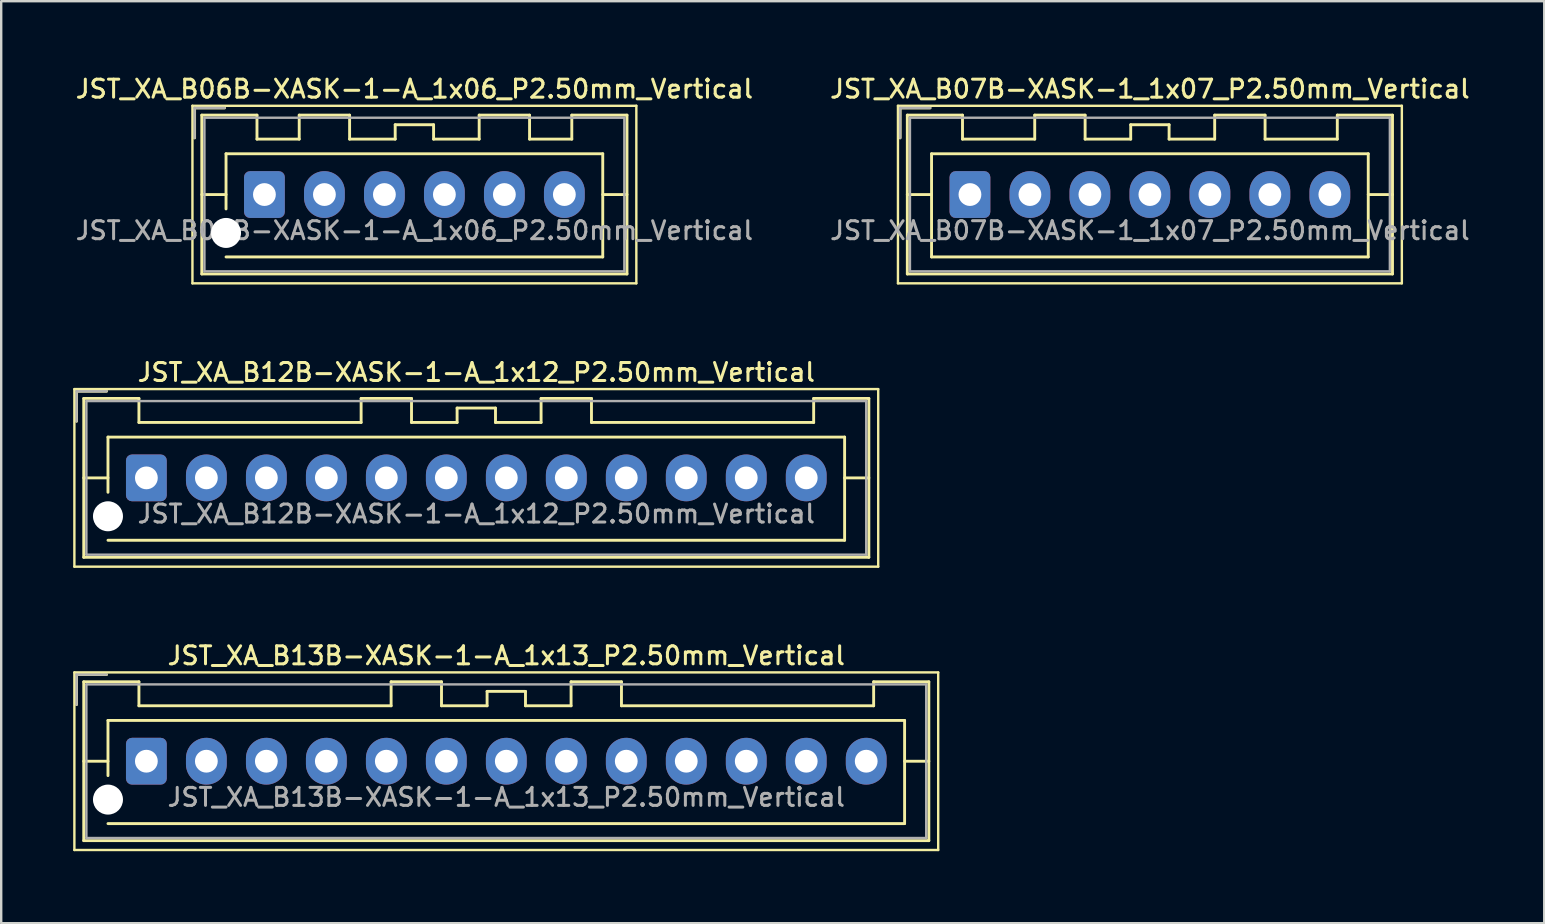
<source format=kicad_pcb>
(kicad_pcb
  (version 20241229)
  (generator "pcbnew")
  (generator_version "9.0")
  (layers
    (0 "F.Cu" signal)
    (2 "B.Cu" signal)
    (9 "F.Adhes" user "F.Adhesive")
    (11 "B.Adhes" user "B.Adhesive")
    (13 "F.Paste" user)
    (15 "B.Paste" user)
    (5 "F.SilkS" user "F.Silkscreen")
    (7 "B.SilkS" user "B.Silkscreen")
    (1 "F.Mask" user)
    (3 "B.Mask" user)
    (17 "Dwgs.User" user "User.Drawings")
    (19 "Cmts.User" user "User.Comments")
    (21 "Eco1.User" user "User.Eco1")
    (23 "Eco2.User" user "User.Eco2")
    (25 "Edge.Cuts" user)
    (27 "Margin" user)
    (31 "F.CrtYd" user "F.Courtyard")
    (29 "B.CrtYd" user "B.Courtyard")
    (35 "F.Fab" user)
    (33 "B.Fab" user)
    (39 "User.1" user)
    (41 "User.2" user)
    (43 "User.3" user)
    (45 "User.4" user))
  (footprint "JST_XA_B13B-XASK-1-A_1x13_P2.50mm_Vertical"
    (layer "F.Cu")
    (at 3.05 28.674)
    (property "Reference" "JST_XA_B13B-XASK-1-A_1x13_P2.50mm_Vertical" (at 15 -4.4 0) (layer "F.SilkS") (effects (font (size 0.75 0.75) (thickness 0.125))))
    (attr through_hole)
    (fp_line (start -3 -3.7) (end -3 3.7) (stroke (width 0.1) (type solid)) (layer "F.SilkS"))
    (fp_line (start -3 3.7) (end 33 3.7) (stroke (width 0.1) (type solid)) (layer "F.SilkS"))
    (fp_line (start -2.91 -3.61) (end -2.91 -2.36) (stroke (width 0.12) (type solid)) (layer "F.SilkS"))
    (fp_line (start -2.61 -3.31) (end -2.61 3.31) (stroke (width 0.12) (type solid)) (layer "F.SilkS"))
    (fp_line (start -2.61 0) (end -1.6 0) (stroke (width 0.12) (type solid)) (layer "F.SilkS"))
    (fp_line (start -2.61 3.31) (end 32.61 3.31) (stroke (width 0.12) (type solid)) (layer "F.SilkS"))
    (fp_line (start -1.66 -3.61) (end -2.91 -3.61) (stroke (width 0.12) (type solid)) (layer "F.SilkS"))
    (fp_line (start -1.6 -1.7) (end 31.6 -1.7) (stroke (width 0.12) (type solid)) (layer "F.SilkS"))
    (fp_line (start -1.6 0.6) (end -1.6 -1.7) (stroke (width 0.12) (type solid)) (layer "F.SilkS"))
    (fp_line (start -0.31 -3.31) (end -2.61 -3.31) (stroke (width 0.12) (type solid)) (layer "F.SilkS"))
    (fp_line (start -0.31 -2.31) (end -0.31 -3.31) (stroke (width 0.12) (type solid)) (layer "F.SilkS"))
    (fp_line (start 10.2 -3.31) (end 10.2 -2.31) (stroke (width 0.12) (type solid)) (layer "F.SilkS"))
    (fp_line (start 10.2 -2.31) (end -0.31 -2.31) (stroke (width 0.12) (type solid)) (layer "F.SilkS"))
    (fp_line (start 12.3 -3.31) (end 10.2 -3.31) (stroke (width 0.12) (type solid)) (layer "F.SilkS"))
    (fp_line (start 12.3 -2.31) (end 12.3 -3.31) (stroke (width 0.12) (type solid)) (layer "F.SilkS"))
    (fp_line (start 14.2 -2.91) (end 14.2 -2.31) (stroke (width 0.12) (type solid)) (layer "F.SilkS"))
    (fp_line (start 14.2 -2.31) (end 12.3 -2.31) (stroke (width 0.12) (type solid)) (layer "F.SilkS"))
    (fp_line (start 15.8 -2.91) (end 14.2 -2.91) (stroke (width 0.12) (type solid)) (layer "F.SilkS"))
    (fp_line (start 15.8 -2.31) (end 15.8 -2.91) (stroke (width 0.12) (type solid)) (layer "F.SilkS"))
    (fp_line (start 17.7 -3.31) (end 17.7 -2.31) (stroke (width 0.12) (type solid)) (layer "F.SilkS"))
    (fp_line (start 17.7 -2.31) (end 15.8 -2.31) (stroke (width 0.12) (type solid)) (layer "F.SilkS"))
    (fp_line (start 19.8 -3.31) (end 17.7 -3.31) (stroke (width 0.12) (type solid)) (layer "F.SilkS"))
    (fp_line (start 19.8 -2.31) (end 19.8 -3.31) (stroke (width 0.12) (type solid)) (layer "F.SilkS"))
    (fp_line (start 30.31 -3.31) (end 30.31 -2.31) (stroke (width 0.12) (type solid)) (layer "F.SilkS"))
    (fp_line (start 30.31 -2.31) (end 19.8 -2.31) (stroke (width 0.12) (type solid)) (layer "F.SilkS"))
    (fp_line (start 31.6 -1.7) (end 31.6 2.6) (stroke (width 0.12) (type solid)) (layer "F.SilkS"))
    (fp_line (start 31.6 2.6) (end -1.6 2.6) (stroke (width 0.12) (type solid)) (layer "F.SilkS"))
    (fp_line (start 32.61 -3.31) (end 30.31 -3.31) (stroke (width 0.12) (type solid)) (layer "F.SilkS"))
    (fp_line (start 32.61 0) (end 31.6 0) (stroke (width 0.12) (type solid)) (layer "F.SilkS"))
    (fp_line (start 32.61 3.31) (end 32.61 -3.31) (stroke (width 0.12) (type solid)) (layer "F.SilkS"))
    (fp_line (start 33 -3.7) (end -3 -3.7) (stroke (width 0.1) (type solid)) (layer "F.SilkS"))
    (fp_line (start 33 3.7) (end 33 -3.7) (stroke (width 0.1) (type solid)) (layer "F.SilkS"))
    (fp_line (start -2.91 -3.61) (end -2.91 -2.36) (stroke (width 0.1) (type solid)) (layer "F.Fab"))
    (fp_line (start -2.5 -3.2) (end -2.5 3.2) (stroke (width 0.1) (type solid)) (layer "F.Fab"))
    (fp_line (start -2.5 3.2) (end 32.5 3.2) (stroke (width 0.1) (type solid)) (layer "F.Fab"))
    (fp_line (start -1.66 -3.61) (end -2.91 -3.61) (stroke (width 0.1) (type solid)) (layer "F.Fab"))
    (fp_line (start 32.5 -3.2) (end -2.5 -3.2) (stroke (width 0.1) (type solid)) (layer "F.Fab"))
    (fp_line (start 32.5 3.2) (end 32.5 -3.2) (stroke (width 0.1) (type solid)) (layer "F.Fab"))
    (fp_text user "${REFERENCE}" (at 15 1.5 0) (layer "F.Fab") (effects (font (size 0.75 0.75) (thickness 0.125))))
    (pad "" np_thru_hole circle (at -1.6 1.6) (size 1.25 1.25) (drill 1.25) (layers "*.Cu" "*.Mask"))
    (pad "1" thru_hole roundrect (at 0 0) (size 1.7 1.95) (drill 0.95) (layers "*.Cu" "*.Mask") (roundrect_rratio 0.147))
    (pad "2" thru_hole oval (at 2.5 0) (size 1.7 1.95) (drill 0.95) (layers "*.Cu" "*.Mask"))
    (pad "3" thru_hole oval (at 5 0) (size 1.7 1.95) (drill 0.95) (layers "*.Cu" "*.Mask"))
    (pad "4" thru_hole oval (at 7.5 0) (size 1.7 1.95) (drill 0.95) (layers "*.Cu" "*.Mask"))
    (pad "5" thru_hole oval (at 10 0) (size 1.7 1.95) (drill 0.95) (layers "*.Cu" "*.Mask"))
    (pad "6" thru_hole oval (at 12.5 0) (size 1.7 1.95) (drill 0.95) (layers "*.Cu" "*.Mask"))
    (pad "7" thru_hole oval (at 15 0) (size 1.7 1.95) (drill 0.95) (layers "*.Cu" "*.Mask"))
    (pad "8" thru_hole oval (at 17.5 0) (size 1.7 1.95) (drill 0.95) (layers "*.Cu" "*.Mask"))
    (pad "9" thru_hole oval (at 20 0) (size 1.7 1.95) (drill 0.95) (layers "*.Cu" "*.Mask"))
    (pad "10" thru_hole oval (at 22.5 0) (size 1.7 1.95) (drill 0.95) (layers "*.Cu" "*.Mask"))
    (pad "11" thru_hole oval (at 25 0) (size 1.7 1.95) (drill 0.95) (layers "*.Cu" "*.Mask"))
    (pad "12" thru_hole oval (at 27.5 0) (size 1.7 1.95) (drill 0.95) (layers "*.Cu" "*.Mask"))
    (pad "13" thru_hole oval (at 30 0) (size 1.7 1.95) (drill 0.95) (layers "*.Cu" "*.Mask")))
  (footprint "JST_XA_B12B-XASK-1-A_1x12_P2.50mm_Vertical"
    (layer "F.Cu")
    (at 3.05 16.866)
    (property "Reference" "JST_XA_B12B-XASK-1-A_1x12_P2.50mm_Vertical" (at 13.75 -4.4 0) (layer "F.SilkS") (effects (font (size 0.75 0.75) (thickness 0.125))))
    (attr through_hole)
    (fp_line (start -3 -3.7) (end -3 3.7) (stroke (width 0.1) (type solid)) (layer "F.SilkS"))
    (fp_line (start -3 3.7) (end 30.5 3.7) (stroke (width 0.1) (type solid)) (layer "F.SilkS"))
    (fp_line (start -2.91 -3.61) (end -2.91 -2.36) (stroke (width 0.12) (type solid)) (layer "F.SilkS"))
    (fp_line (start -2.61 -3.31) (end -2.61 3.31) (stroke (width 0.12) (type solid)) (layer "F.SilkS"))
    (fp_line (start -2.61 0) (end -1.6 0) (stroke (width 0.12) (type solid)) (layer "F.SilkS"))
    (fp_line (start -2.61 3.31) (end 30.11 3.31) (stroke (width 0.12) (type solid)) (layer "F.SilkS"))
    (fp_line (start -1.66 -3.61) (end -2.91 -3.61) (stroke (width 0.12) (type solid)) (layer "F.SilkS"))
    (fp_line (start -1.6 -1.7) (end 29.1 -1.7) (stroke (width 0.12) (type solid)) (layer "F.SilkS"))
    (fp_line (start -1.6 0.6) (end -1.6 -1.7) (stroke (width 0.12) (type solid)) (layer "F.SilkS"))
    (fp_line (start -0.31 -3.31) (end -2.61 -3.31) (stroke (width 0.12) (type solid)) (layer "F.SilkS"))
    (fp_line (start -0.31 -2.31) (end -0.31 -3.31) (stroke (width 0.12) (type solid)) (layer "F.SilkS"))
    (fp_line (start 8.95 -3.31) (end 8.95 -2.31) (stroke (width 0.12) (type solid)) (layer "F.SilkS"))
    (fp_line (start 8.95 -2.31) (end -0.31 -2.31) (stroke (width 0.12) (type solid)) (layer "F.SilkS"))
    (fp_line (start 11.05 -3.31) (end 8.95 -3.31) (stroke (width 0.12) (type solid)) (layer "F.SilkS"))
    (fp_line (start 11.05 -2.31) (end 11.05 -3.31) (stroke (width 0.12) (type solid)) (layer "F.SilkS"))
    (fp_line (start 12.95 -2.91) (end 12.95 -2.31) (stroke (width 0.12) (type solid)) (layer "F.SilkS"))
    (fp_line (start 12.95 -2.31) (end 11.05 -2.31) (stroke (width 0.12) (type solid)) (layer "F.SilkS"))
    (fp_line (start 14.55 -2.91) (end 12.95 -2.91) (stroke (width 0.12) (type solid)) (layer "F.SilkS"))
    (fp_line (start 14.55 -2.31) (end 14.55 -2.91) (stroke (width 0.12) (type solid)) (layer "F.SilkS"))
    (fp_line (start 16.45 -3.31) (end 16.45 -2.31) (stroke (width 0.12) (type solid)) (layer "F.SilkS"))
    (fp_line (start 16.45 -2.31) (end 14.55 -2.31) (stroke (width 0.12) (type solid)) (layer "F.SilkS"))
    (fp_line (start 18.55 -3.31) (end 16.45 -3.31) (stroke (width 0.12) (type solid)) (layer "F.SilkS"))
    (fp_line (start 18.55 -2.31) (end 18.55 -3.31) (stroke (width 0.12) (type solid)) (layer "F.SilkS"))
    (fp_line (start 27.81 -3.31) (end 27.81 -2.31) (stroke (width 0.12) (type solid)) (layer "F.SilkS"))
    (fp_line (start 27.81 -2.31) (end 18.55 -2.31) (stroke (width 0.12) (type solid)) (layer "F.SilkS"))
    (fp_line (start 29.1 -1.7) (end 29.1 2.6) (stroke (width 0.12) (type solid)) (layer "F.SilkS"))
    (fp_line (start 29.1 2.6) (end -1.6 2.6) (stroke (width 0.12) (type solid)) (layer "F.SilkS"))
    (fp_line (start 30.11 -3.31) (end 27.81 -3.31) (stroke (width 0.12) (type solid)) (layer "F.SilkS"))
    (fp_line (start 30.11 0) (end 29.1 0) (stroke (width 0.12) (type solid)) (layer "F.SilkS"))
    (fp_line (start 30.11 3.31) (end 30.11 -3.31) (stroke (width 0.12) (type solid)) (layer "F.SilkS"))
    (fp_line (start 30.5 -3.7) (end -3 -3.7) (stroke (width 0.1) (type solid)) (layer "F.SilkS"))
    (fp_line (start 30.5 3.7) (end 30.5 -3.7) (stroke (width 0.1) (type solid)) (layer "F.SilkS"))
    (fp_line (start -2.91 -3.61) (end -2.91 -2.36) (stroke (width 0.1) (type solid)) (layer "F.Fab"))
    (fp_line (start -2.5 -3.2) (end -2.5 3.2) (stroke (width 0.1) (type solid)) (layer "F.Fab"))
    (fp_line (start -2.5 3.2) (end 30 3.2) (stroke (width 0.1) (type solid)) (layer "F.Fab"))
    (fp_line (start -1.66 -3.61) (end -2.91 -3.61) (stroke (width 0.1) (type solid)) (layer "F.Fab"))
    (fp_line (start 30 -3.2) (end -2.5 -3.2) (stroke (width 0.1) (type solid)) (layer "F.Fab"))
    (fp_line (start 30 3.2) (end 30 -3.2) (stroke (width 0.1) (type solid)) (layer "F.Fab"))
    (fp_text user "${REFERENCE}" (at 13.75 1.5 0) (layer "F.Fab") (effects (font (size 0.75 0.75) (thickness 0.125))))
    (pad "" np_thru_hole circle (at -1.6 1.6) (size 1.25 1.25) (drill 1.25) (layers "*.Cu" "*.Mask"))
    (pad "1" thru_hole roundrect (at 0 0) (size 1.7 1.95) (drill 0.95) (layers "*.Cu" "*.Mask") (roundrect_rratio 0.147))
    (pad "2" thru_hole oval (at 2.5 0) (size 1.7 1.95) (drill 0.95) (layers "*.Cu" "*.Mask"))
    (pad "3" thru_hole oval (at 5 0) (size 1.7 1.95) (drill 0.95) (layers "*.Cu" "*.Mask"))
    (pad "4" thru_hole oval (at 7.5 0) (size 1.7 1.95) (drill 0.95) (layers "*.Cu" "*.Mask"))
    (pad "5" thru_hole oval (at 10 0) (size 1.7 1.95) (drill 0.95) (layers "*.Cu" "*.Mask"))
    (pad "6" thru_hole oval (at 12.5 0) (size 1.7 1.95) (drill 0.95) (layers "*.Cu" "*.Mask"))
    (pad "7" thru_hole oval (at 15 0) (size 1.7 1.95) (drill 0.95) (layers "*.Cu" "*.Mask"))
    (pad "8" thru_hole oval (at 17.5 0) (size 1.7 1.95) (drill 0.95) (layers "*.Cu" "*.Mask"))
    (pad "9" thru_hole oval (at 20 0) (size 1.7 1.95) (drill 0.95) (layers "*.Cu" "*.Mask"))
    (pad "10" thru_hole oval (at 22.5 0) (size 1.7 1.95) (drill 0.95) (layers "*.Cu" "*.Mask"))
    (pad "11" thru_hole oval (at 25 0) (size 1.7 1.95) (drill 0.95) (layers "*.Cu" "*.Mask"))
    (pad "12" thru_hole oval (at 27.5 0) (size 1.7 1.95) (drill 0.95) (layers "*.Cu" "*.Mask")))
  (footprint "JST_XA_B07B-XASK-1_1x07_P2.50mm_Vertical"
    (layer "F.Cu")
    (at 37.373 5.058)
    (property "Reference" "JST_XA_B07B-XASK-1_1x07_P2.50mm_Vertical" (at 7.5 -4.4 0) (layer "F.SilkS") (effects (font (size 0.75 0.75) (thickness 0.125))))
    (attr through_hole)
    (fp_line (start -3 -3.7) (end -3 3.7) (stroke (width 0.1) (type solid)) (layer "F.SilkS"))
    (fp_line (start -3 3.7) (end 18 3.7) (stroke (width 0.1) (type solid)) (layer "F.SilkS"))
    (fp_line (start -2.91 -3.61) (end -2.91 -2.36) (stroke (width 0.12) (type solid)) (layer "F.SilkS"))
    (fp_line (start -2.61 -3.31) (end -2.61 3.31) (stroke (width 0.12) (type solid)) (layer "F.SilkS"))
    (fp_line (start -2.61 0) (end -1.6 0) (stroke (width 0.12) (type solid)) (layer "F.SilkS"))
    (fp_line (start -2.61 3.31) (end 17.61 3.31) (stroke (width 0.12) (type solid)) (layer "F.SilkS"))
    (fp_line (start -1.66 -3.61) (end -2.91 -3.61) (stroke (width 0.12) (type solid)) (layer "F.SilkS"))
    (fp_line (start -1.6 -1.7) (end -1.6 2.6) (stroke (width 0.12) (type solid)) (layer "F.SilkS"))
    (fp_line (start -1.6 2.6) (end 16.6 2.6) (stroke (width 0.12) (type solid)) (layer "F.SilkS"))
    (fp_line (start -0.31 -3.31) (end -2.61 -3.31) (stroke (width 0.12) (type solid)) (layer "F.SilkS"))
    (fp_line (start -0.31 -2.31) (end -0.31 -3.31) (stroke (width 0.12) (type solid)) (layer "F.SilkS"))
    (fp_line (start 2.7 -3.31) (end 2.7 -2.31) (stroke (width 0.12) (type solid)) (layer "F.SilkS"))
    (fp_line (start 2.7 -2.31) (end -0.31 -2.31) (stroke (width 0.12) (type solid)) (layer "F.SilkS"))
    (fp_line (start 4.8 -3.31) (end 2.7 -3.31) (stroke (width 0.12) (type solid)) (layer "F.SilkS"))
    (fp_line (start 4.8 -2.31) (end 4.8 -3.31) (stroke (width 0.12) (type solid)) (layer "F.SilkS"))
    (fp_line (start 6.7 -2.91) (end 6.7 -2.31) (stroke (width 0.12) (type solid)) (layer "F.SilkS"))
    (fp_line (start 6.7 -2.31) (end 4.8 -2.31) (stroke (width 0.12) (type solid)) (layer "F.SilkS"))
    (fp_line (start 8.3 -2.91) (end 6.7 -2.91) (stroke (width 0.12) (type solid)) (layer "F.SilkS"))
    (fp_line (start 8.3 -2.31) (end 8.3 -2.91) (stroke (width 0.12) (type solid)) (layer "F.SilkS"))
    (fp_line (start 10.2 -3.31) (end 10.2 -2.31) (stroke (width 0.12) (type solid)) (layer "F.SilkS"))
    (fp_line (start 10.2 -2.31) (end 8.3 -2.31) (stroke (width 0.12) (type solid)) (layer "F.SilkS"))
    (fp_line (start 12.3 -3.31) (end 10.2 -3.31) (stroke (width 0.12) (type solid)) (layer "F.SilkS"))
    (fp_line (start 12.3 -2.31) (end 12.3 -3.31) (stroke (width 0.12) (type solid)) (layer "F.SilkS"))
    (fp_line (start 15.31 -3.31) (end 15.31 -2.31) (stroke (width 0.12) (type solid)) (layer "F.SilkS"))
    (fp_line (start 15.31 -2.31) (end 12.3 -2.31) (stroke (width 0.12) (type solid)) (layer "F.SilkS"))
    (fp_line (start 16.6 -1.7) (end -1.6 -1.7) (stroke (width 0.12) (type solid)) (layer "F.SilkS"))
    (fp_line (start 16.6 2.6) (end 16.6 -1.7) (stroke (width 0.12) (type solid)) (layer "F.SilkS"))
    (fp_line (start 17.61 -3.31) (end 15.31 -3.31) (stroke (width 0.12) (type solid)) (layer "F.SilkS"))
    (fp_line (start 17.61 0) (end 16.6 0) (stroke (width 0.12) (type solid)) (layer "F.SilkS"))
    (fp_line (start 17.61 3.31) (end 17.61 -3.31) (stroke (width 0.12) (type solid)) (layer "F.SilkS"))
    (fp_line (start 18 -3.7) (end -3 -3.7) (stroke (width 0.1) (type solid)) (layer "F.SilkS"))
    (fp_line (start 18 3.7) (end 18 -3.7) (stroke (width 0.1) (type solid)) (layer "F.SilkS"))
    (fp_line (start -2.91 -3.61) (end -2.91 -2.36) (stroke (width 0.1) (type solid)) (layer "F.Fab"))
    (fp_line (start -2.5 -3.2) (end -2.5 3.2) (stroke (width 0.1) (type solid)) (layer "F.Fab"))
    (fp_line (start -2.5 3.2) (end 17.5 3.2) (stroke (width 0.1) (type solid)) (layer "F.Fab"))
    (fp_line (start -1.66 -3.61) (end -2.91 -3.61) (stroke (width 0.1) (type solid)) (layer "F.Fab"))
    (fp_line (start 17.5 -3.2) (end -2.5 -3.2) (stroke (width 0.1) (type solid)) (layer "F.Fab"))
    (fp_line (start 17.5 3.2) (end 17.5 -3.2) (stroke (width 0.1) (type solid)) (layer "F.Fab"))
    (fp_text user "${REFERENCE}" (at 7.5 1.5 0) (layer "F.Fab") (effects (font (size 0.75 0.75) (thickness 0.125))))
    (pad "1" thru_hole roundrect (at 0 0) (size 1.7 1.95) (drill 0.95) (layers "*.Cu" "*.Mask") (roundrect_rratio 0.147))
    (pad "2" thru_hole oval (at 2.5 0) (size 1.7 1.95) (drill 0.95) (layers "*.Cu" "*.Mask"))
    (pad "3" thru_hole oval (at 5 0) (size 1.7 1.95) (drill 0.95) (layers "*.Cu" "*.Mask"))
    (pad "4" thru_hole oval (at 7.5 0) (size 1.7 1.95) (drill 0.95) (layers "*.Cu" "*.Mask"))
    (pad "5" thru_hole oval (at 10 0) (size 1.7 1.95) (drill 0.95) (layers "*.Cu" "*.Mask"))
    (pad "6" thru_hole oval (at 12.5 0) (size 1.7 1.95) (drill 0.95) (layers "*.Cu" "*.Mask"))
    (pad "7" thru_hole oval (at 15 0) (size 1.7 1.95) (drill 0.95) (layers "*.Cu" "*.Mask")))
  (footprint "JST_XA_B06B-XASK-1-A_1x06_P2.50mm_Vertical"
    (layer "F.Cu")
    (at 7.97 5.058)
    (property "Reference" "JST_XA_B06B-XASK-1-A_1x06_P2.50mm_Vertical" (at 6.25 -4.4 0) (layer "F.SilkS") (effects (font (size 0.75 0.75) (thickness 0.125))))
    (attr through_hole)
    (fp_line (start -3 -3.7) (end -3 3.7) (stroke (width 0.1) (type solid)) (layer "F.SilkS"))
    (fp_line (start -3 3.7) (end 15.5 3.7) (stroke (width 0.1) (type solid)) (layer "F.SilkS"))
    (fp_line (start -2.91 -3.61) (end -2.91 -2.36) (stroke (width 0.12) (type solid)) (layer "F.SilkS"))
    (fp_line (start -2.61 -3.31) (end -2.61 3.31) (stroke (width 0.12) (type solid)) (layer "F.SilkS"))
    (fp_line (start -2.61 0) (end -1.6 0) (stroke (width 0.12) (type solid)) (layer "F.SilkS"))
    (fp_line (start -2.61 3.31) (end 15.11 3.31) (stroke (width 0.12) (type solid)) (layer "F.SilkS"))
    (fp_line (start -1.66 -3.61) (end -2.91 -3.61) (stroke (width 0.12) (type solid)) (layer "F.SilkS"))
    (fp_line (start -1.6 -1.7) (end 14.1 -1.7) (stroke (width 0.12) (type solid)) (layer "F.SilkS"))
    (fp_line (start -1.6 0.6) (end -1.6 -1.7) (stroke (width 0.12) (type solid)) (layer "F.SilkS"))
    (fp_line (start -0.31 -3.31) (end -2.61 -3.31) (stroke (width 0.12) (type solid)) (layer "F.SilkS"))
    (fp_line (start -0.31 -2.31) (end -0.31 -3.31) (stroke (width 0.12) (type solid)) (layer "F.SilkS"))
    (fp_line (start 1.45 -3.31) (end 1.45 -2.31) (stroke (width 0.12) (type solid)) (layer "F.SilkS"))
    (fp_line (start 1.45 -2.31) (end -0.31 -2.31) (stroke (width 0.12) (type solid)) (layer "F.SilkS"))
    (fp_line (start 3.55 -3.31) (end 1.45 -3.31) (stroke (width 0.12) (type solid)) (layer "F.SilkS"))
    (fp_line (start 3.55 -2.31) (end 3.55 -3.31) (stroke (width 0.12) (type solid)) (layer "F.SilkS"))
    (fp_line (start 5.45 -2.91) (end 5.45 -2.31) (stroke (width 0.12) (type solid)) (layer "F.SilkS"))
    (fp_line (start 5.45 -2.31) (end 3.55 -2.31) (stroke (width 0.12) (type solid)) (layer "F.SilkS"))
    (fp_line (start 7.05 -2.91) (end 5.45 -2.91) (stroke (width 0.12) (type solid)) (layer "F.SilkS"))
    (fp_line (start 7.05 -2.31) (end 7.05 -2.91) (stroke (width 0.12) (type solid)) (layer "F.SilkS"))
    (fp_line (start 8.95 -3.31) (end 8.95 -2.31) (stroke (width 0.12) (type solid)) (layer "F.SilkS"))
    (fp_line (start 8.95 -2.31) (end 7.05 -2.31) (stroke (width 0.12) (type solid)) (layer "F.SilkS"))
    (fp_line (start 11.05 -3.31) (end 8.95 -3.31) (stroke (width 0.12) (type solid)) (layer "F.SilkS"))
    (fp_line (start 11.05 -2.31) (end 11.05 -3.31) (stroke (width 0.12) (type solid)) (layer "F.SilkS"))
    (fp_line (start 12.81 -3.31) (end 12.81 -2.31) (stroke (width 0.12) (type solid)) (layer "F.SilkS"))
    (fp_line (start 12.81 -2.31) (end 11.05 -2.31) (stroke (width 0.12) (type solid)) (layer "F.SilkS"))
    (fp_line (start 14.1 -1.7) (end 14.1 2.6) (stroke (width 0.12) (type solid)) (layer "F.SilkS"))
    (fp_line (start 14.1 2.6) (end -1.6 2.6) (stroke (width 0.12) (type solid)) (layer "F.SilkS"))
    (fp_line (start 15.11 -3.31) (end 12.81 -3.31) (stroke (width 0.12) (type solid)) (layer "F.SilkS"))
    (fp_line (start 15.11 0) (end 14.1 0) (stroke (width 0.12) (type solid)) (layer "F.SilkS"))
    (fp_line (start 15.11 3.31) (end 15.11 -3.31) (stroke (width 0.12) (type solid)) (layer "F.SilkS"))
    (fp_line (start 15.5 -3.7) (end -3 -3.7) (stroke (width 0.1) (type solid)) (layer "F.SilkS"))
    (fp_line (start 15.5 3.7) (end 15.5 -3.7) (stroke (width 0.1) (type solid)) (layer "F.SilkS"))
    (fp_line (start -2.91 -3.61) (end -2.91 -2.36) (stroke (width 0.1) (type solid)) (layer "F.Fab"))
    (fp_line (start -2.5 -3.2) (end -2.5 3.2) (stroke (width 0.1) (type solid)) (layer "F.Fab"))
    (fp_line (start -2.5 3.2) (end 15 3.2) (stroke (width 0.1) (type solid)) (layer "F.Fab"))
    (fp_line (start -1.66 -3.61) (end -2.91 -3.61) (stroke (width 0.1) (type solid)) (layer "F.Fab"))
    (fp_line (start 15 -3.2) (end -2.5 -3.2) (stroke (width 0.1) (type solid)) (layer "F.Fab"))
    (fp_line (start 15 3.2) (end 15 -3.2) (stroke (width 0.1) (type solid)) (layer "F.Fab"))
    (fp_text user "${REFERENCE}" (at 6.25 1.5 0) (layer "F.Fab") (effects (font (size 0.75 0.75) (thickness 0.125))))
    (pad "" np_thru_hole circle (at -1.6 1.6) (size 1.25 1.25) (drill 1.25) (layers "*.Cu" "*.Mask"))
    (pad "1" thru_hole roundrect (at 0 0) (size 1.7 1.95) (drill 0.95) (layers "*.Cu" "*.Mask") (roundrect_rratio 0.147))
    (pad "2" thru_hole oval (at 2.5 0) (size 1.7 1.95) (drill 0.95) (layers "*.Cu" "*.Mask"))
    (pad "3" thru_hole oval (at 5 0) (size 1.7 1.95) (drill 0.95) (layers "*.Cu" "*.Mask"))
    (pad "4" thru_hole oval (at 7.5 0) (size 1.7 1.95) (drill 0.95) (layers "*.Cu" "*.Mask"))
    (pad "5" thru_hole oval (at 10 0) (size 1.7 1.95) (drill 0.95) (layers "*.Cu" "*.Mask"))
    (pad "6" thru_hole oval (at 12.5 0) (size 1.7 1.95) (drill 0.95) (layers "*.Cu" "*.Mask")))
  (gr_rect
    (start -3 -3)
    (end 61.307 35.424)
    (stroke (width 0.1) (type default))
    (fill no)
    (layer "Edge.Cuts")))
</source>
